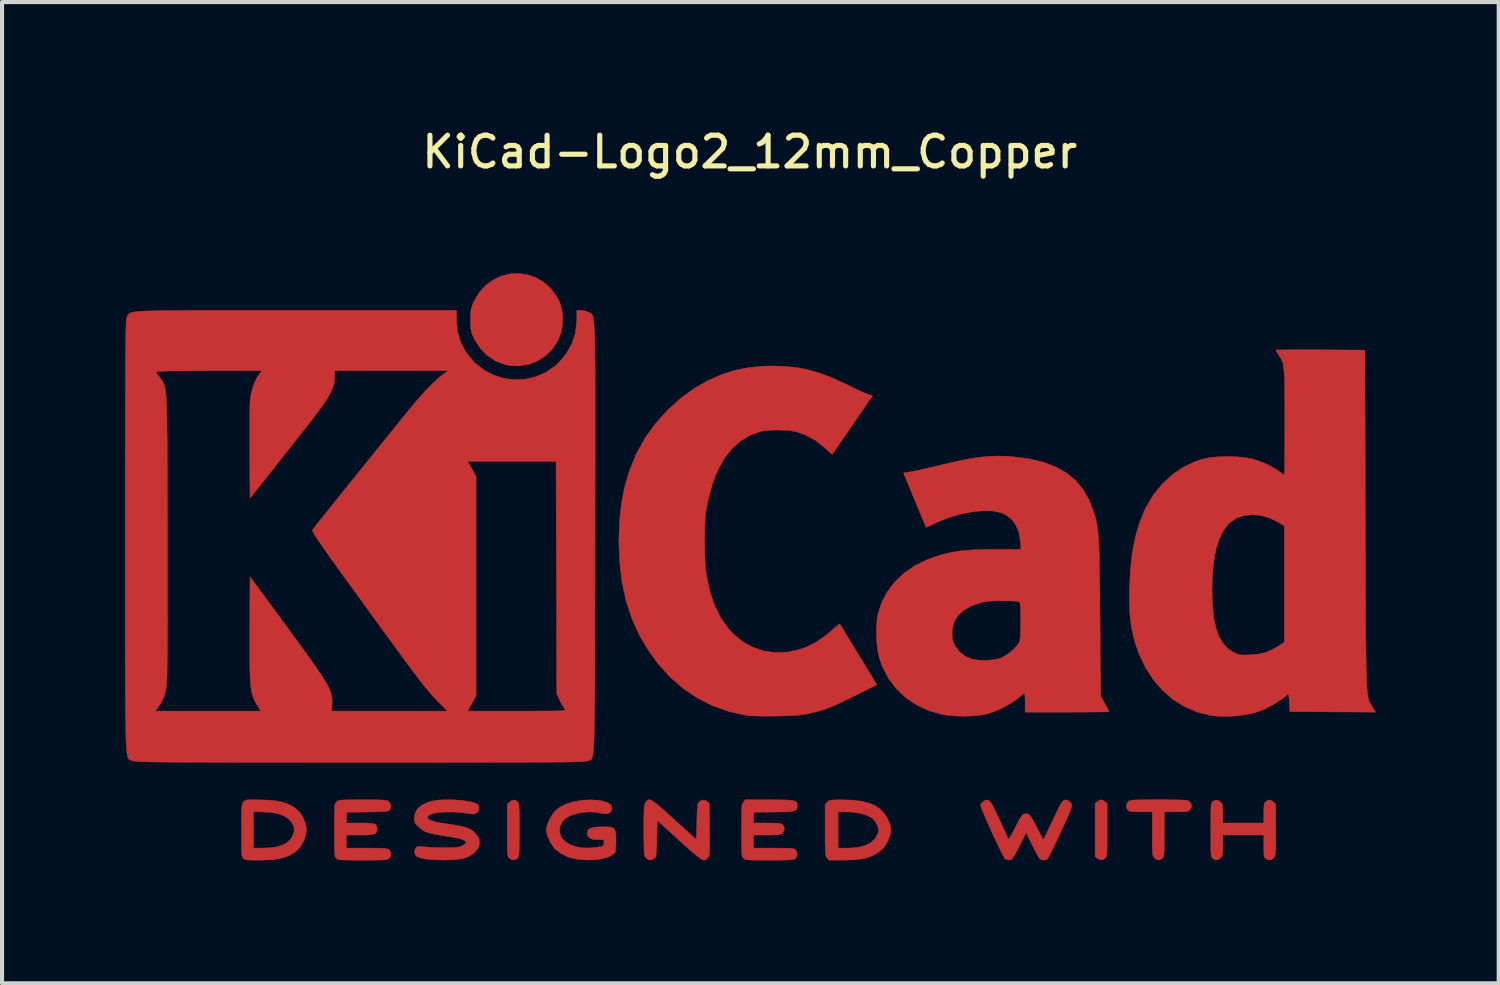
<source format=kicad_pcb>
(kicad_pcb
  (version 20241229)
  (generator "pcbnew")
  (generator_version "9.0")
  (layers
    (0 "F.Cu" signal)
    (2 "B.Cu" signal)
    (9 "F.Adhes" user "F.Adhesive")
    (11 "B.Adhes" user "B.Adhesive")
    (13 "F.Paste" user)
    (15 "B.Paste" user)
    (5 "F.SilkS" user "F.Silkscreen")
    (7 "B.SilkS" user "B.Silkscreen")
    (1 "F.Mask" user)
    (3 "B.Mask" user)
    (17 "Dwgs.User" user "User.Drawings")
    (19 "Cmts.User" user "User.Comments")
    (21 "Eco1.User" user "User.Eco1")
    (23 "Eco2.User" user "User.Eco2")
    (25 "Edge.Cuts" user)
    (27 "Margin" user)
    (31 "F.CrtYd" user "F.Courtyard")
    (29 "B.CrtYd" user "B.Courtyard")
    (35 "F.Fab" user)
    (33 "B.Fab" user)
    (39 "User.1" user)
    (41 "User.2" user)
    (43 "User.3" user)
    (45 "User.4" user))
  (footprint "KiCad-Logo2_12mm_Copper"
    (layer "F.Cu")
    (at 15.245 9.548)
    (property "Reference" "KiCad-Logo2_12mm_Copper" (at 0 -8.89 0) (layer "F.SilkS") (effects (font (size 0.75 0.75) (thickness 0.125))))
    (attr exclude_from_pos_files exclude_from_bom allow_missing_courtyard)
    (fp_poly (pts (xy 8.62 6.931) (xy 8.667 6.96) (xy 8.721 7.004) (xy 8.721 7.65) (xy 8.721 7.839) (xy 8.72 7.988) (xy 8.718 8.102) (xy 8.715 8.186) (xy 8.711 8.246) (xy 8.705 8.288) (xy 8.696 8.315) (xy 8.685 8.334) (xy 8.678 8.343) (xy 8.614 8.385) (xy 8.543 8.383) (xy 8.48 8.348) (xy 8.426 8.305) (xy 8.426 7.004) (xy 8.48 6.96) (xy 8.531 6.929) (xy 8.573 6.917) (xy 8.62 6.931)) (stroke (width 0.01) (type solid)) (fill yes) (layer "F.Cu"))
    (fp_poly (pts (xy -5.669 6.962) (xy -5.656 6.978) (xy -5.645 6.997) (xy -5.637 7.027) (xy -5.632 7.071) (xy -5.628 7.135) (xy -5.625 7.225) (xy -5.624 7.346) (xy -5.623 7.502) (xy -5.623 7.654) (xy -5.624 7.843) (xy -5.624 7.991) (xy -5.626 8.105) (xy -5.628 8.189) (xy -5.633 8.248) (xy -5.639 8.289) (xy -5.647 8.316) (xy -5.658 8.334) (xy -5.669 8.346) (xy -5.735 8.385) (xy -5.806 8.382) (xy -5.869 8.339) (xy -5.883 8.322) (xy -5.895 8.302) (xy -5.903 8.275) (xy -5.91 8.234) (xy -5.914 8.174) (xy -5.916 8.089) (xy -5.918 7.975) (xy -5.918 7.826) (xy -5.918 7.657) (xy -5.918 7.028) (xy -5.863 6.973) (xy -5.794 6.926) (xy -5.727 6.924) (xy -5.669 6.962)) (stroke (width 0.01) (type solid)) (fill yes) (layer "F.Cu"))
    (fp_poly (pts (xy -5.423 -5.895) (xy -5.218 -5.824) (xy -5.027 -5.712) (xy -4.856 -5.559) (xy -4.712 -5.366) (xy -4.648 -5.244) (xy -4.592 -5.073) (xy -4.565 -4.876) (xy -4.568 -4.674) (xy -4.601 -4.49) (xy -4.692 -4.266) (xy -4.824 -4.072) (xy -4.991 -3.911) (xy -5.185 -3.787) (xy -5.399 -3.705) (xy -5.628 -3.667) (xy -5.865 -3.679) (xy -5.981 -3.704) (xy -6.208 -3.792) (xy -6.41 -3.927) (xy -6.582 -4.104) (xy -6.718 -4.319) (xy -6.729 -4.343) (xy -6.769 -4.431) (xy -6.794 -4.505) (xy -6.808 -4.583) (xy -6.813 -4.684) (xy -6.814 -4.793) (xy -6.813 -4.925) (xy -6.806 -5.019) (xy -6.79 -5.096) (xy -6.762 -5.173) (xy -6.728 -5.249) (xy -6.599 -5.464) (xy -6.441 -5.638) (xy -6.259 -5.771) (xy -6.06 -5.863) (xy -5.85 -5.915) (xy -5.636 -5.925) (xy -5.423 -5.895)) (stroke (width 0.01) (type solid)) (fill yes) (layer "F.Cu"))
    (fp_poly (pts (xy 10.175 6.917) (xy 10.334 6.918) (xy 10.456 6.92) (xy 10.549 6.922) (xy 10.616 6.926) (xy 10.662 6.932) (xy 10.693 6.94) (xy 10.713 6.949) (xy 10.723 6.957) (xy 10.775 7.022) (xy 10.781 7.09) (xy 10.749 7.152) (xy 10.728 7.176) (xy 10.706 7.193) (xy 10.674 7.204) (xy 10.623 7.209) (xy 10.545 7.211) (xy 10.431 7.212) (xy 10.409 7.212) (xy 10.116 7.212) (xy 10.116 7.756) (xy 10.115 7.928) (xy 10.114 8.06) (xy 10.112 8.158) (xy 10.109 8.228) (xy 10.103 8.277) (xy 10.095 8.308) (xy 10.084 8.33) (xy 10.07 8.346) (xy 10.004 8.386) (xy 9.935 8.383) (xy 9.872 8.337) (xy 9.868 8.331) (xy 9.853 8.31) (xy 9.841 8.285) (xy 9.833 8.251) (xy 9.827 8.2) (xy 9.824 8.128) (xy 9.822 8.028) (xy 9.821 7.894) (xy 9.821 7.742) (xy 9.821 7.212) (xy 9.541 7.212) (xy 9.421 7.211) (xy 9.337 7.208) (xy 9.283 7.201) (xy 9.249 7.19) (xy 9.226 7.173) (xy 9.223 7.17) (xy 9.19 7.104) (xy 9.193 7.028) (xy 9.231 6.962) (xy 9.246 6.95) (xy 9.265 6.94) (xy 9.293 6.932) (xy 9.335 6.926) (xy 9.397 6.922) (xy 9.483 6.919) (xy 9.598 6.918) (xy 9.748 6.917) (xy 9.937 6.917) (xy 9.977 6.917) (xy 10.175 6.917)) (stroke (width 0.01) (type solid)) (fill yes) (layer "F.Cu"))
    (fp_poly (pts (xy 12.718 6.928) (xy 12.781 6.973) (xy 12.837 7.028) (xy 12.837 7.65) (xy 12.837 7.835) (xy 12.836 7.979) (xy 12.835 8.09) (xy 12.832 8.171) (xy 12.827 8.229) (xy 12.82 8.27) (xy 12.811 8.298) (xy 12.799 8.319) (xy 12.79 8.331) (xy 12.728 8.381) (xy 12.657 8.386) (xy 12.593 8.356) (xy 12.571 8.338) (xy 12.557 8.314) (xy 12.548 8.276) (xy 12.544 8.215) (xy 12.542 8.122) (xy 12.542 8.05) (xy 12.542 7.779) (xy 11.544 7.779) (xy 11.544 8.025) (xy 11.543 8.138) (xy 11.539 8.215) (xy 11.53 8.268) (xy 11.515 8.305) (xy 11.497 8.331) (xy 11.435 8.381) (xy 11.365 8.387) (xy 11.298 8.352) (xy 11.279 8.333) (xy 11.266 8.309) (xy 11.258 8.271) (xy 11.253 8.212) (xy 11.25 8.124) (xy 11.249 8) (xy 11.249 7.972) (xy 11.248 7.738) (xy 11.247 7.545) (xy 11.248 7.389) (xy 11.249 7.266) (xy 11.251 7.171) (xy 11.254 7.101) (xy 11.259 7.05) (xy 11.265 7.015) (xy 11.273 6.991) (xy 11.284 6.975) (xy 11.295 6.962) (xy 11.359 6.923) (xy 11.426 6.928) (xy 11.489 6.973) (xy 11.514 7.002) (xy 11.53 7.033) (xy 11.539 7.079) (xy 11.543 7.148) (xy 11.544 7.252) (xy 11.544 7.256) (xy 11.544 7.484) (xy 12.542 7.484) (xy 12.542 7.246) (xy 12.543 7.136) (xy 12.547 7.062) (xy 12.556 7.014) (xy 12.571 6.982) (xy 12.588 6.962) (xy 12.652 6.923) (xy 12.718 6.928)) (stroke (width 0.01) (type solid)) (fill yes) (layer "F.Cu"))
    (fp_poly (pts (xy 2.251 6.918) (xy 2.51 6.926) (xy 2.73 6.953) (xy 2.916 6.999) (xy 3.069 7.066) (xy 3.195 7.155) (xy 3.297 7.269) (xy 3.378 7.408) (xy 3.38 7.412) (xy 3.429 7.537) (xy 3.446 7.647) (xy 3.432 7.758) (xy 3.386 7.885) (xy 3.378 7.905) (xy 3.319 8.018) (xy 3.253 8.105) (xy 3.168 8.179) (xy 3.052 8.253) (xy 3.045 8.257) (xy 2.944 8.306) (xy 2.83 8.342) (xy 2.695 8.367) (xy 2.532 8.383) (xy 2.335 8.389) (xy 2.265 8.39) (xy 1.932 8.391) (xy 1.885 8.331) (xy 1.871 8.312) (xy 1.86 8.289) (xy 1.852 8.257) (xy 1.846 8.211) (xy 1.842 8.145) (xy 1.841 8.096) (xy 2.155 8.096) (xy 2.344 8.096) (xy 2.454 8.093) (xy 2.568 8.085) (xy 2.661 8.073) (xy 2.666 8.072) (xy 2.831 8.027) (xy 2.959 7.961) (xy 3.055 7.869) (xy 3.121 7.749) (xy 3.132 7.717) (xy 3.144 7.667) (xy 3.139 7.618) (xy 3.115 7.553) (xy 3.101 7.521) (xy 3.054 7.435) (xy 2.997 7.375) (xy 2.935 7.334) (xy 2.811 7.28) (xy 2.651 7.24) (xy 2.466 7.218) (xy 2.331 7.213) (xy 2.155 7.212) (xy 2.155 8.096) (xy 1.841 8.096) (xy 1.84 8.054) (xy 1.838 7.932) (xy 1.838 7.774) (xy 1.838 7.65) (xy 1.838 7.028) (xy 1.894 6.973) (xy 1.918 6.95) (xy 1.945 6.935) (xy 1.982 6.925) (xy 2.039 6.92) (xy 2.123 6.918) (xy 2.244 6.918) (xy 2.251 6.918)) (stroke (width 0.01) (type solid)) (fill yes) (layer "F.Cu"))
    (fp_poly (pts (xy -12.092 6.917) (xy -12.013 6.918) (xy -11.781 6.924) (xy -11.586 6.94) (xy -11.422 6.97) (xy -11.283 7.014) (xy -11.162 7.074) (xy -11.052 7.153) (xy -11.013 7.187) (xy -10.948 7.267) (xy -10.889 7.376) (xy -10.844 7.496) (xy -10.819 7.612) (xy -10.817 7.654) (xy -10.833 7.772) (xy -10.876 7.901) (xy -10.939 8.024) (xy -11.013 8.121) (xy -11.025 8.133) (xy -11.126 8.215) (xy -11.238 8.28) (xy -11.366 8.328) (xy -11.516 8.361) (xy -11.695 8.382) (xy -11.91 8.39) (xy -12.008 8.391) (xy -12.133 8.391) (xy -12.221 8.388) (xy -12.28 8.383) (xy -12.319 8.373) (xy -12.345 8.358) (xy -12.359 8.346) (xy -12.372 8.331) (xy -12.383 8.311) (xy -12.39 8.282) (xy -12.396 8.238) (xy -12.4 8.173) (xy -12.402 8.083) (xy -12.404 7.963) (xy -12.404 7.806) (xy -12.404 7.654) (xy -12.405 7.451) (xy -12.405 7.289) (xy -12.403 7.212) (xy -12.109 7.212) (xy -12.109 8.096) (xy -11.922 8.096) (xy -11.81 8.093) (xy -11.692 8.085) (xy -11.593 8.073) (xy -11.59 8.073) (xy -11.431 8.034) (xy -11.308 7.974) (xy -11.214 7.889) (xy -11.155 7.797) (xy -11.118 7.694) (xy -11.121 7.598) (xy -11.163 7.495) (xy -11.247 7.389) (xy -11.362 7.31) (xy -11.513 7.257) (xy -11.613 7.238) (xy -11.727 7.225) (xy -11.848 7.216) (xy -11.95 7.212) (xy -11.956 7.212) (xy -12.109 7.212) (xy -12.403 7.212) (xy -12.402 7.164) (xy -12.393 7.07) (xy -12.377 7.003) (xy -12.35 6.959) (xy -12.311 6.933) (xy -12.256 6.92) (xy -12.184 6.916) (xy -12.092 6.917)) (stroke (width 0.01) (type solid)) (fill yes) (layer "F.Cu"))
    (fp_poly (pts (xy -2.407 6.926) (xy -2.359 6.954) (xy -2.298 6.999) (xy -2.218 7.064) (xy -2.117 7.151) (xy -1.992 7.263) (xy -1.84 7.4) (xy -1.666 7.558) (xy -1.303 7.887) (xy -1.292 7.445) (xy -1.288 7.293) (xy -1.284 7.18) (xy -1.279 7.099) (xy -1.273 7.044) (xy -1.264 7.008) (xy -1.252 6.985) (xy -1.236 6.968) (xy -1.227 6.96) (xy -1.158 6.922) (xy -1.092 6.928) (xy -1.039 6.96) (xy -0.986 7.004) (xy -0.979 7.636) (xy -0.977 7.823) (xy -0.976 7.969) (xy -0.976 8.08) (xy -0.978 8.163) (xy -0.982 8.222) (xy -0.988 8.263) (xy -0.996 8.292) (xy -1.008 8.313) (xy -1.02 8.33) (xy -1.047 8.362) (xy -1.074 8.383) (xy -1.105 8.391) (xy -1.143 8.384) (xy -1.192 8.359) (xy -1.256 8.315) (xy -1.339 8.249) (xy -1.443 8.158) (xy -1.574 8.042) (xy -1.723 7.908) (xy -2.256 7.424) (xy -2.267 7.864) (xy -2.271 8.016) (xy -2.275 8.129) (xy -2.28 8.21) (xy -2.286 8.265) (xy -2.295 8.301) (xy -2.307 8.324) (xy -2.323 8.341) (xy -2.332 8.348) (xy -2.406 8.386) (xy -2.476 8.38) (xy -2.537 8.331) (xy -2.551 8.312) (xy -2.562 8.289) (xy -2.571 8.257) (xy -2.576 8.211) (xy -2.58 8.145) (xy -2.583 8.053) (xy -2.584 7.931) (xy -2.584 7.772) (xy -2.584 7.654) (xy -2.584 7.47) (xy -2.584 7.326) (xy -2.582 7.216) (xy -2.579 7.135) (xy -2.574 7.078) (xy -2.568 7.038) (xy -2.558 7.01) (xy -2.546 6.989) (xy -2.537 6.977) (xy -2.515 6.949) (xy -2.494 6.927) (xy -2.471 6.915) (xy -2.443 6.914) (xy -2.407 6.926)) (stroke (width 0.01) (type solid)) (fill yes) (layer "F.Cu"))
    (fp_poly (pts (xy -3.713 6.928) (xy -3.575 6.951) (xy -3.469 6.987) (xy -3.4 7.035) (xy -3.382 7.061) (xy -3.363 7.124) (xy -3.375 7.181) (xy -3.416 7.235) (xy -3.479 7.26) (xy -3.57 7.258) (xy -3.641 7.244) (xy -3.798 7.218) (xy -3.958 7.216) (xy -4.137 7.237) (xy -4.187 7.246) (xy -4.354 7.293) (xy -4.484 7.363) (xy -4.577 7.455) (xy -4.631 7.567) (xy -4.642 7.625) (xy -4.635 7.743) (xy -4.588 7.847) (xy -4.506 7.935) (xy -4.392 8.006) (xy -4.252 8.058) (xy -4.09 8.087) (xy -3.909 8.093) (xy -3.714 8.073) (xy -3.703 8.071) (xy -3.626 8.057) (xy -3.583 8.043) (xy -3.564 8.022) (xy -3.56 7.988) (xy -3.56 7.969) (xy -3.56 7.892) (xy -3.697 7.892) (xy -3.819 7.884) (xy -3.902 7.857) (xy -3.95 7.81) (xy -3.967 7.741) (xy -3.967 7.731) (xy -3.957 7.672) (xy -3.922 7.629) (xy -3.857 7.601) (xy -3.756 7.584) (xy -3.658 7.578) (xy -3.516 7.575) (xy -3.413 7.58) (xy -3.343 7.6) (xy -3.299 7.639) (xy -3.276 7.703) (xy -3.267 7.799) (xy -3.265 7.924) (xy -3.268 8.063) (xy -3.276 8.158) (xy -3.29 8.209) (xy -3.293 8.213) (xy -3.371 8.276) (xy -3.486 8.326) (xy -3.63 8.362) (xy -3.795 8.383) (xy -3.976 8.387) (xy -4.164 8.374) (xy -4.274 8.357) (xy -4.447 8.308) (xy -4.608 8.228) (xy -4.743 8.124) (xy -4.763 8.103) (xy -4.83 8.016) (xy -4.89 7.908) (xy -4.937 7.794) (xy -4.963 7.691) (xy -4.966 7.651) (xy -4.952 7.569) (xy -4.917 7.466) (xy -4.866 7.358) (xy -4.807 7.259) (xy -4.754 7.193) (xy -4.632 7.095) (xy -4.474 7.017) (xy -4.285 6.96) (xy -4.072 6.927) (xy -3.877 6.919) (xy -3.713 6.928)) (stroke (width 0.01) (type solid)) (fill yes) (layer "F.Cu"))
    (fp_poly (pts (xy 0.668 6.918) (xy 0.821 6.919) (xy 0.939 6.924) (xy 1.025 6.931) (xy 1.085 6.944) (xy 1.124 6.961) (xy 1.146 6.986) (xy 1.155 7.017) (xy 1.158 7.058) (xy 1.158 7.062) (xy 1.156 7.108) (xy 1.146 7.143) (xy 1.124 7.169) (xy 1.084 7.188) (xy 1.02 7.201) (xy 0.929 7.209) (xy 0.804 7.214) (xy 0.64 7.216) (xy 0.589 7.217) (xy 0.103 7.223) (xy 0.096 7.354) (xy 0.089 7.484) (xy 0.427 7.484) (xy 0.559 7.485) (xy 0.653 7.487) (xy 0.717 7.491) (xy 0.759 7.499) (xy 0.786 7.511) (xy 0.805 7.529) (xy 0.805 7.529) (xy 0.841 7.596) (xy 0.839 7.669) (xy 0.802 7.731) (xy 0.795 7.738) (xy 0.769 7.754) (xy 0.733 7.766) (xy 0.68 7.773) (xy 0.602 7.777) (xy 0.49 7.779) (xy 0.418 7.779) (xy 0.092 7.779) (xy 0.092 8.096) (xy 0.587 8.096) (xy 0.751 8.097) (xy 0.875 8.098) (xy 0.966 8.1) (xy 1.029 8.105) (xy 1.071 8.111) (xy 1.098 8.121) (xy 1.116 8.133) (xy 1.12 8.138) (xy 1.152 8.201) (xy 1.155 8.273) (xy 1.128 8.336) (xy 1.107 8.356) (xy 1.085 8.367) (xy 1.051 8.376) (xy 1 8.382) (xy 0.926 8.386) (xy 0.823 8.389) (xy 0.687 8.391) (xy 0.513 8.391) (xy 0.473 8.391) (xy 0.295 8.391) (xy 0.157 8.39) (xy 0.053 8.389) (xy -0.022 8.386) (xy -0.074 8.381) (xy -0.109 8.374) (xy -0.131 8.364) (xy -0.148 8.351) (xy -0.157 8.342) (xy -0.171 8.325) (xy -0.181 8.304) (xy -0.189 8.275) (xy -0.195 8.23) (xy -0.199 8.165) (xy -0.201 8.075) (xy -0.203 7.954) (xy -0.203 7.797) (xy -0.203 7.664) (xy -0.203 7.479) (xy -0.202 7.333) (xy -0.201 7.222) (xy -0.198 7.14) (xy -0.193 7.081) (xy -0.187 7.04) (xy -0.178 7.012) (xy -0.166 6.99) (xy -0.156 6.977) (xy -0.109 6.917) (xy 0.474 6.917) (xy 0.668 6.918)) (stroke (width 0.01) (type solid)) (fill yes) (layer "F.Cu"))
    (fp_poly (pts (xy -9.263 6.917) (xy -9.123 6.918) (xy -9.018 6.92) (xy -8.941 6.923) (xy -8.888 6.928) (xy -8.852 6.935) (xy -8.827 6.945) (xy -8.809 6.957) (xy -8.803 6.963) (xy -8.763 7.026) (xy -8.756 7.097) (xy -8.782 7.161) (xy -8.794 7.174) (xy -8.814 7.186) (xy -8.845 7.196) (xy -8.894 7.203) (xy -8.967 7.209) (xy -9.069 7.212) (xy -9.207 7.215) (xy -9.333 7.217) (xy -9.83 7.223) (xy -9.837 7.354) (xy -9.844 7.484) (xy -9.506 7.484) (xy -9.359 7.485) (xy -9.252 7.491) (xy -9.178 7.502) (xy -9.131 7.522) (xy -9.105 7.553) (xy -9.095 7.597) (xy -9.093 7.638) (xy -9.098 7.688) (xy -9.117 7.724) (xy -9.155 7.75) (xy -9.219 7.766) (xy -9.314 7.775) (xy -9.446 7.779) (xy -9.518 7.779) (xy -9.842 7.779) (xy -9.842 8.096) (xy -9.343 8.096) (xy -9.179 8.097) (xy -9.055 8.098) (xy -8.964 8.1) (xy -8.9 8.104) (xy -8.856 8.111) (xy -8.828 8.12) (xy -8.808 8.133) (xy -8.798 8.142) (xy -8.764 8.196) (xy -8.753 8.244) (xy -8.769 8.302) (xy -8.798 8.346) (xy -8.814 8.36) (xy -8.835 8.37) (xy -8.865 8.378) (xy -8.911 8.384) (xy -8.978 8.387) (xy -9.072 8.39) (xy -9.197 8.391) (xy -9.36 8.391) (xy -9.445 8.391) (xy -9.626 8.391) (xy -9.767 8.39) (xy -9.874 8.389) (xy -9.952 8.386) (xy -10.007 8.381) (xy -10.043 8.374) (xy -10.067 8.365) (xy -10.084 8.352) (xy -10.091 8.346) (xy -10.104 8.331) (xy -10.115 8.311) (xy -10.123 8.282) (xy -10.128 8.237) (xy -10.132 8.173) (xy -10.135 8.082) (xy -10.136 7.961) (xy -10.136 7.804) (xy -10.136 7.658) (xy -10.136 7.471) (xy -10.136 7.324) (xy -10.135 7.211) (xy -10.132 7.128) (xy -10.128 7.069) (xy -10.122 7.029) (xy -10.113 7.003) (xy -10.102 6.985) (xy -10.088 6.97) (xy -10.084 6.966) (xy -10.067 6.951) (xy -10.046 6.94) (xy -10.018 6.931) (xy -9.975 6.925) (xy -9.913 6.921) (xy -9.825 6.919) (xy -9.707 6.918) (xy -9.552 6.917) (xy -9.442 6.917) (xy -9.263 6.917)) (stroke (width 0.01) (type solid)) (fill yes) (layer "F.Cu"))
    (fp_poly (pts (xy 7.728 6.921) (xy 7.767 6.935) (xy 7.769 6.936) (xy 7.822 6.977) (xy 7.852 7.019) (xy 7.857 7.038) (xy 7.857 7.064) (xy 7.849 7.102) (xy 7.831 7.155) (xy 7.802 7.228) (xy 7.76 7.326) (xy 7.703 7.454) (xy 7.629 7.616) (xy 7.588 7.705) (xy 7.515 7.863) (xy 7.446 8.009) (xy 7.384 8.136) (xy 7.332 8.24) (xy 7.292 8.316) (xy 7.268 8.357) (xy 7.263 8.363) (xy 7.2 8.388) (xy 7.13 8.385) (xy 7.074 8.354) (xy 7.071 8.352) (xy 7.049 8.318) (xy 7.011 8.251) (xy 6.963 8.161) (xy 6.909 8.056) (xy 6.889 8.017) (xy 6.742 7.723) (xy 6.582 8.043) (xy 6.525 8.153) (xy 6.472 8.249) (xy 6.427 8.323) (xy 6.395 8.368) (xy 6.384 8.377) (xy 6.301 8.39) (xy 6.232 8.363) (xy 6.211 8.334) (xy 6.176 8.27) (xy 6.129 8.178) (xy 6.073 8.063) (xy 6.01 7.931) (xy 5.944 7.79) (xy 5.878 7.645) (xy 5.814 7.502) (xy 5.755 7.369) (xy 5.704 7.25) (xy 5.665 7.153) (xy 5.639 7.084) (xy 5.63 7.048) (xy 5.63 7.047) (xy 5.652 7.002) (xy 5.696 6.957) (xy 5.699 6.955) (xy 5.753 6.924) (xy 5.804 6.924) (xy 5.823 6.93) (xy 5.846 6.943) (xy 5.87 6.967) (xy 5.899 7.009) (xy 5.935 7.074) (xy 5.982 7.165) (xy 6.041 7.29) (xy 6.095 7.405) (xy 6.156 7.538) (xy 6.212 7.658) (xy 6.258 7.758) (xy 6.292 7.832) (xy 6.311 7.874) (xy 6.313 7.881) (xy 6.326 7.87) (xy 6.354 7.825) (xy 6.395 7.753) (xy 6.444 7.659) (xy 6.463 7.62) (xy 6.53 7.49) (xy 6.581 7.394) (xy 6.621 7.329) (xy 6.654 7.289) (xy 6.685 7.267) (xy 6.717 7.258) (xy 6.738 7.257) (xy 6.776 7.261) (xy 6.808 7.274) (xy 6.841 7.304) (xy 6.877 7.355) (xy 6.922 7.433) (xy 6.981 7.545) (xy 7.013 7.608) (xy 7.065 7.709) (xy 7.11 7.792) (xy 7.145 7.852) (xy 7.165 7.88) (xy 7.168 7.881) (xy 7.181 7.859) (xy 7.21 7.801) (xy 7.252 7.715) (xy 7.304 7.605) (xy 7.364 7.478) (xy 7.393 7.415) (xy 7.47 7.253) (xy 7.531 7.127) (xy 7.581 7.036) (xy 7.623 6.973) (xy 7.659 6.936) (xy 7.693 6.92) (xy 7.728 6.921)) (stroke (width 0.01) (type solid)) (fill yes) (layer "F.Cu"))
    (fp_poly (pts (xy -7.211 6.92) (xy -7.061 6.93) (xy -6.921 6.947) (xy -6.8 6.968) (xy -6.706 6.995) (xy -6.646 7.025) (xy -6.637 7.034) (xy -6.605 7.104) (xy -6.615 7.175) (xy -6.664 7.236) (xy -6.667 7.238) (xy -6.696 7.256) (xy -6.726 7.266) (xy -6.768 7.267) (xy -6.833 7.26) (xy -6.931 7.245) (xy -6.939 7.243) (xy -7.085 7.225) (xy -7.243 7.217) (xy -7.401 7.217) (xy -7.548 7.225) (xy -7.674 7.241) (xy -7.767 7.266) (xy -7.773 7.268) (xy -7.841 7.306) (xy -7.865 7.344) (xy -7.846 7.382) (xy -7.787 7.418) (xy -7.688 7.451) (xy -7.551 7.48) (xy -7.46 7.494) (xy -7.271 7.521) (xy -7.121 7.546) (xy -7.002 7.571) (xy -6.91 7.597) (xy -6.837 7.628) (xy -6.778 7.665) (xy -6.725 7.71) (xy -6.682 7.755) (xy -6.631 7.817) (xy -6.607 7.87) (xy -6.599 7.936) (xy -6.599 7.96) (xy -6.604 8.039) (xy -6.628 8.099) (xy -6.668 8.151) (xy -6.75 8.232) (xy -6.842 8.293) (xy -6.95 8.338) (xy -7.081 8.367) (xy -7.242 8.383) (xy -7.439 8.388) (xy -7.472 8.388) (xy -7.603 8.385) (xy -7.734 8.379) (xy -7.849 8.37) (xy -7.935 8.36) (xy -7.942 8.358) (xy -8.027 8.338) (xy -8.099 8.313) (xy -8.14 8.289) (xy -8.178 8.228) (xy -8.181 8.156) (xy -8.148 8.092) (xy -8.141 8.085) (xy -8.111 8.064) (xy -8.073 8.055) (xy -8.014 8.056) (xy -7.942 8.064) (xy -7.863 8.072) (xy -7.751 8.078) (xy -7.621 8.082) (xy -7.485 8.084) (xy -7.449 8.085) (xy -7.313 8.084) (xy -7.213 8.081) (xy -7.141 8.076) (xy -7.088 8.066) (xy -7.045 8.052) (xy -7.019 8.04) (xy -6.963 8.006) (xy -6.927 7.976) (xy -6.922 7.967) (xy -6.933 7.932) (xy -6.985 7.898) (xy -7.076 7.866) (xy -7.202 7.839) (xy -7.238 7.833) (xy -7.431 7.802) (xy -7.585 7.777) (xy -7.706 7.755) (xy -7.799 7.734) (xy -7.872 7.713) (xy -7.93 7.689) (xy -7.978 7.661) (xy -8.023 7.627) (xy -8.071 7.585) (xy -8.087 7.57) (xy -8.143 7.515) (xy -8.173 7.472) (xy -8.184 7.422) (xy -8.186 7.359) (xy -8.165 7.236) (xy -8.103 7.131) (xy -8.001 7.045) (xy -7.857 6.979) (xy -7.755 6.949) (xy -7.644 6.93) (xy -7.511 6.919) (xy -7.364 6.916) (xy -7.211 6.92)) (stroke (width 0.01) (type solid)) (fill yes) (layer "F.Cu"))
    (fp_poly (pts (xy 0.875 -3.659) (xy 1.17 -3.627) (xy 1.455 -3.569) (xy 1.743 -3.483) (xy 2.045 -3.365) (xy 2.372 -3.213) (xy 2.431 -3.184) (xy 2.566 -3.117) (xy 2.694 -3.057) (xy 2.801 -3.009) (xy 2.876 -2.98) (xy 2.887 -2.976) (xy 2.997 -2.943) (xy 2.506 -2.23) (xy 2.386 -2.055) (xy 2.277 -1.896) (xy 2.181 -1.757) (xy 2.103 -1.644) (xy 2.047 -1.562) (xy 2.015 -1.517) (xy 2.01 -1.51) (xy 1.99 -1.525) (xy 1.939 -1.57) (xy 1.867 -1.636) (xy 1.827 -1.674) (xy 1.603 -1.852) (xy 1.351 -1.988) (xy 1.133 -2.062) (xy 1.003 -2.086) (xy 0.84 -2.1) (xy 0.663 -2.105) (xy 0.491 -2.1) (xy 0.345 -2.085) (xy 0.286 -2.074) (xy 0.022 -1.983) (xy -0.216 -1.845) (xy -0.427 -1.659) (xy -0.612 -1.425) (xy -0.771 -1.144) (xy -0.902 -0.817) (xy -1.007 -0.443) (xy -1.069 -0.123) (xy -1.085 0.018) (xy -1.096 0.201) (xy -1.102 0.412) (xy -1.103 0.637) (xy -1.1 0.865) (xy -1.091 1.081) (xy -1.078 1.273) (xy -1.06 1.428) (xy -1.056 1.452) (xy -0.972 1.836) (xy -0.857 2.176) (xy -0.71 2.473) (xy -0.531 2.729) (xy -0.404 2.868) (xy -0.176 3.056) (xy 0.073 3.195) (xy 0.341 3.285) (xy 0.623 3.325) (xy 0.913 3.314) (xy 1.209 3.251) (xy 1.384 3.19) (xy 1.626 3.066) (xy 1.876 2.89) (xy 2.016 2.77) (xy 2.094 2.701) (xy 2.156 2.651) (xy 2.191 2.626) (xy 2.195 2.625) (xy 2.211 2.65) (xy 2.252 2.716) (xy 2.314 2.818) (xy 2.394 2.949) (xy 2.488 3.104) (xy 2.594 3.277) (xy 2.653 3.374) (xy 3.103 4.112) (xy 2.541 4.39) (xy 2.338 4.489) (xy 2.174 4.568) (xy 2.038 4.629) (xy 1.921 4.677) (xy 1.812 4.716) (xy 1.701 4.749) (xy 1.579 4.781) (xy 1.461 4.809) (xy 1.357 4.831) (xy 1.248 4.847) (xy 1.123 4.859) (xy 0.972 4.867) (xy 0.783 4.873) (xy 0.655 4.876) (xy 0.474 4.877) (xy 0.3 4.877) (xy 0.144 4.873) (xy 0.02 4.868) (xy -0.063 4.861) (xy -0.068 4.86) (xy -0.497 4.767) (xy -0.9 4.626) (xy -1.276 4.438) (xy -1.626 4.201) (xy -1.95 3.917) (xy -2.247 3.586) (xy -2.462 3.291) (xy -2.691 2.905) (xy -2.876 2.498) (xy -3.018 2.066) (xy -3.118 1.605) (xy -3.176 1.113) (xy -3.195 0.614) (xy -3.18 0.131) (xy -3.132 -0.315) (xy -3.05 -0.731) (xy -2.932 -1.125) (xy -2.777 -1.503) (xy -2.759 -1.543) (xy -2.555 -1.91) (xy -2.305 -2.259) (xy -2.015 -2.583) (xy -1.693 -2.875) (xy -1.346 -3.127) (xy -1.022 -3.312) (xy -0.695 -3.457) (xy -0.368 -3.562) (xy -0.027 -3.63) (xy 0.34 -3.664) (xy 0.56 -3.669) (xy 0.875 -3.659)) (stroke (width 0.01) (type solid)) (fill yes) (layer "F.Cu"))
    (fp_poly (pts (xy 13.611 -4.064) (xy 13.843 -4.063) (xy 13.922 -4.063) (xy 15.008 -4.056) (xy 15.022 0.109) (xy 15.023 0.674) (xy 15.025 1.187) (xy 15.026 1.65) (xy 15.028 2.067) (xy 15.03 2.44) (xy 15.031 2.772) (xy 15.033 3.064) (xy 15.036 3.321) (xy 15.039 3.544) (xy 15.043 3.737) (xy 15.047 3.901) (xy 15.052 4.04) (xy 15.058 4.157) (xy 15.066 4.253) (xy 15.074 4.331) (xy 15.083 4.395) (xy 15.094 4.447) (xy 15.107 4.489) (xy 15.12 4.524) (xy 15.136 4.555) (xy 15.153 4.585) (xy 15.172 4.615) (xy 15.193 4.649) (xy 15.198 4.657) (xy 15.27 4.78) (xy 14.224 4.773) (xy 13.178 4.766) (xy 13.164 4.536) (xy 13.157 4.426) (xy 13.149 4.362) (xy 13.139 4.337) (xy 13.123 4.342) (xy 13.11 4.356) (xy 13.052 4.41) (xy 12.959 4.478) (xy 12.842 4.553) (xy 12.715 4.627) (xy 12.592 4.692) (xy 12.498 4.735) (xy 12.276 4.805) (xy 12.022 4.854) (xy 11.754 4.881) (xy 11.491 4.885) (xy 11.252 4.862) (xy 11.248 4.861) (xy 10.92 4.779) (xy 10.614 4.648) (xy 10.331 4.471) (xy 10.075 4.251) (xy 9.849 3.99) (xy 9.655 3.692) (xy 9.498 3.36) (xy 9.412 3.114) (xy 9.355 2.907) (xy 9.313 2.708) (xy 9.285 2.503) (xy 9.268 2.28) (xy 9.262 2.027) (xy 9.265 1.821) (xy 11.28 1.821) (xy 11.29 2.167) (xy 11.32 2.464) (xy 11.372 2.717) (xy 11.445 2.926) (xy 11.543 3.094) (xy 11.664 3.225) (xy 11.805 3.317) (xy 11.878 3.352) (xy 11.941 3.373) (xy 12.011 3.382) (xy 12.106 3.383) (xy 12.208 3.379) (xy 12.409 3.362) (xy 12.568 3.327) (xy 12.618 3.309) (xy 12.732 3.258) (xy 12.852 3.194) (xy 12.905 3.161) (xy 13.041 3.072) (xy 13.041 0.233) (xy 12.891 0.143) (xy 12.682 0.041) (xy 12.468 -0.019) (xy 12.257 -0.038) (xy 12.057 -0.016) (xy 11.877 0.046) (xy 11.723 0.149) (xy 11.673 0.198) (xy 11.553 0.359) (xy 11.456 0.554) (xy 11.381 0.787) (xy 11.328 1.06) (xy 11.294 1.377) (xy 11.281 1.742) (xy 11.28 1.821) (xy 9.265 1.821) (xy 9.266 1.735) (xy 9.289 1.285) (xy 9.335 0.88) (xy 9.406 0.512) (xy 9.503 0.177) (xy 9.626 -0.132) (xy 9.67 -0.223) (xy 9.848 -0.522) (xy 10.062 -0.787) (xy 10.308 -1.015) (xy 10.581 -1.201) (xy 10.877 -1.341) (xy 11.053 -1.398) (xy 11.227 -1.433) (xy 11.436 -1.453) (xy 11.663 -1.459) (xy 11.89 -1.452) (xy 12.1 -1.431) (xy 12.268 -1.398) (xy 12.469 -1.333) (xy 12.663 -1.249) (xy 12.833 -1.155) (xy 12.924 -1.091) (xy 12.986 -1.044) (xy 13.03 -1.015) (xy 13.04 -1.011) (xy 13.043 -1.037) (xy 13.046 -1.113) (xy 13.048 -1.232) (xy 13.051 -1.391) (xy 13.052 -1.582) (xy 13.054 -1.801) (xy 13.055 -2.043) (xy 13.055 -2.29) (xy 13.055 -2.606) (xy 13.054 -2.872) (xy 13.052 -3.093) (xy 13.049 -3.276) (xy 13.043 -3.424) (xy 13.036 -3.543) (xy 13.025 -3.638) (xy 13.011 -3.713) (xy 12.993 -3.775) (xy 12.97 -3.828) (xy 12.943 -3.878) (xy 12.911 -3.929) (xy 12.907 -3.935) (xy 12.865 -4.001) (xy 12.84 -4.046) (xy 12.837 -4.056) (xy 12.863 -4.059) (xy 12.938 -4.061) (xy 13.056 -4.063) (xy 13.212 -4.064) (xy 13.399 -4.065) (xy 13.611 -4.064)) (stroke (width 0.01) (type solid)) (fill yes) (layer "F.Cu"))
    (fp_poly (pts (xy 6.301 -1.464) (xy 6.436 -1.453) (xy 6.823 -1.402) (xy 7.166 -1.32) (xy 7.467 -1.206) (xy 7.726 -1.059) (xy 7.946 -0.878) (xy 8.128 -0.662) (xy 8.275 -0.41) (xy 8.382 -0.137) (xy 8.409 -0.049) (xy 8.433 0.032) (xy 8.453 0.113) (xy 8.47 0.196) (xy 8.485 0.288) (xy 8.498 0.391) (xy 8.508 0.511) (xy 8.516 0.651) (xy 8.523 0.817) (xy 8.529 1.012) (xy 8.533 1.242) (xy 8.537 1.509) (xy 8.541 1.82) (xy 8.544 2.178) (xy 8.546 2.458) (xy 8.562 4.384) (xy 8.665 4.569) (xy 8.713 4.658) (xy 8.749 4.727) (xy 8.766 4.764) (xy 8.767 4.767) (xy 8.741 4.77) (xy 8.666 4.772) (xy 8.548 4.775) (xy 8.394 4.777) (xy 8.209 4.778) (xy 7.999 4.779) (xy 7.77 4.78) (xy 7.743 4.78) (xy 6.719 4.78) (xy 6.719 4.547) (xy 6.717 4.443) (xy 6.712 4.362) (xy 6.706 4.319) (xy 6.703 4.315) (xy 6.676 4.332) (xy 6.62 4.376) (xy 6.547 4.437) (xy 6.546 4.439) (xy 6.413 4.537) (xy 6.246 4.636) (xy 6.063 4.726) (xy 5.883 4.796) (xy 5.804 4.82) (xy 5.646 4.851) (xy 5.452 4.871) (xy 5.241 4.879) (xy 5.029 4.875) (xy 4.834 4.86) (xy 4.698 4.838) (xy 4.363 4.74) (xy 4.063 4.6) (xy 3.797 4.42) (xy 3.569 4.202) (xy 3.38 3.947) (xy 3.232 3.658) (xy 3.168 3.482) (xy 3.128 3.312) (xy 3.101 3.107) (xy 3.089 2.886) (xy 3.089 2.854) (xy 4.937 2.854) (xy 4.952 3.018) (xy 5.003 3.154) (xy 5.097 3.28) (xy 5.133 3.317) (xy 5.262 3.417) (xy 5.411 3.481) (xy 5.589 3.512) (xy 5.777 3.515) (xy 5.955 3.5) (xy 6.091 3.47) (xy 6.15 3.448) (xy 6.257 3.387) (xy 6.37 3.303) (xy 6.473 3.207) (xy 6.55 3.116) (xy 6.571 3.082) (xy 6.586 3.035) (xy 6.598 2.96) (xy 6.605 2.851) (xy 6.609 2.699) (xy 6.609 2.554) (xy 6.609 2.386) (xy 6.607 2.264) (xy 6.602 2.181) (xy 6.595 2.128) (xy 6.583 2.099) (xy 6.567 2.084) (xy 6.562 2.082) (xy 6.518 2.074) (xy 6.431 2.069) (xy 6.312 2.064) (xy 6.175 2.063) (xy 6.145 2.063) (xy 5.961 2.066) (xy 5.819 2.074) (xy 5.707 2.09) (xy 5.613 2.113) (xy 5.382 2.201) (xy 5.201 2.308) (xy 5.068 2.437) (xy 4.982 2.59) (xy 4.941 2.768) (xy 4.937 2.854) (xy 3.089 2.854) (xy 3.092 2.67) (xy 3.11 2.476) (xy 3.125 2.397) (xy 3.217 2.106) (xy 3.357 1.838) (xy 3.542 1.596) (xy 3.77 1.382) (xy 4.037 1.199) (xy 4.343 1.05) (xy 4.602 0.96) (xy 4.775 0.912) (xy 4.941 0.875) (xy 5.11 0.848) (xy 5.293 0.828) (xy 5.501 0.816) (xy 5.744 0.809) (xy 5.964 0.807) (xy 6.616 0.806) (xy 6.603 0.61) (xy 6.568 0.397) (xy 6.492 0.215) (xy 6.38 0.066) (xy 6.234 -0.043) (xy 6.106 -0.096) (xy 5.922 -0.13) (xy 5.703 -0.135) (xy 5.46 -0.113) (xy 5.202 -0.065) (xy 4.939 0.006) (xy 4.683 0.098) (xy 4.497 0.183) (xy 4.407 0.226) (xy 4.339 0.257) (xy 4.304 0.268) (xy 4.302 0.268) (xy 4.29 0.242) (xy 4.26 0.171) (xy 4.215 0.064) (xy 4.158 -0.074) (xy 4.091 -0.235) (xy 4.023 -0.4) (xy 3.751 -1.059) (xy 3.944 -1.09) (xy 4.028 -1.106) (xy 4.154 -1.133) (xy 4.312 -1.168) (xy 4.49 -1.209) (xy 4.677 -1.254) (xy 4.752 -1.272) (xy 5.076 -1.347) (xy 5.359 -1.404) (xy 5.613 -1.442) (xy 5.847 -1.464) (xy 6.073 -1.471) (xy 6.301 -1.464)) (stroke (width 0.01) (type solid)) (fill yes) (layer "F.Cu"))
    (fp_poly (pts (xy -11.847 -5.025) (xy -11.321 -5.025) (xy -11.076 -5.025) (xy -7.156 -5.025) (xy -7.156 -4.794) (xy -7.131 -4.513) (xy -7.057 -4.254) (xy -6.932 -4.015) (xy -6.756 -3.794) (xy -6.696 -3.735) (xy -6.482 -3.566) (xy -6.246 -3.443) (xy -5.995 -3.365) (xy -5.735 -3.334) (xy -5.475 -3.347) (xy -5.221 -3.406) (xy -4.98 -3.511) (xy -4.76 -3.661) (xy -4.661 -3.751) (xy -4.476 -3.973) (xy -4.34 -4.216) (xy -4.255 -4.479) (xy -4.222 -4.759) (xy -4.221 -4.786) (xy -4.22 -5.025) (xy -4.115 -5.025) (xy -4.021 -5.013) (xy -3.936 -4.982) (xy -3.931 -4.979) (xy -3.912 -4.969) (xy -3.894 -4.961) (xy -3.878 -4.953) (xy -3.863 -4.943) (xy -3.85 -4.928) (xy -3.838 -4.907) (xy -3.827 -4.876) (xy -3.817 -4.834) (xy -3.809 -4.778) (xy -3.802 -4.707) (xy -3.795 -4.617) (xy -3.79 -4.507) (xy -3.785 -4.374) (xy -3.781 -4.216) (xy -3.778 -4.031) (xy -3.776 -3.817) (xy -3.774 -3.571) (xy -3.773 -3.29) (xy -3.772 -2.974) (xy -3.772 -2.619) (xy -3.772 -2.223) (xy -3.772 -1.784) (xy -3.773 -1.3) (xy -3.774 -0.769) (xy -3.775 -0.187) (xy -3.775 0.446) (xy -3.776 0.524) (xy -3.776 1.161) (xy -3.777 1.747) (xy -3.778 2.282) (xy -3.778 2.769) (xy -3.779 3.211) (xy -3.78 3.609) (xy -3.781 3.967) (xy -3.783 4.285) (xy -3.785 4.568) (xy -3.787 4.815) (xy -3.79 5.031) (xy -3.793 5.217) (xy -3.797 5.376) (xy -3.802 5.509) (xy -3.808 5.62) (xy -3.815 5.709) (xy -3.822 5.781) (xy -3.831 5.836) (xy -3.84 5.877) (xy -3.851 5.906) (xy -3.863 5.926) (xy -3.877 5.939) (xy -3.892 5.948) (xy -3.908 5.953) (xy -3.926 5.958) (xy -3.946 5.965) (xy -3.95 5.968) (xy -3.965 5.973) (xy -3.991 5.977) (xy -4.028 5.981) (xy -4.08 5.985) (xy -4.148 5.988) (xy -4.236 5.991) (xy -4.344 5.994) (xy -4.476 5.996) (xy -4.633 5.999) (xy -4.818 6) (xy -5.033 6.002) (xy -5.28 6.003) (xy -5.561 6.005) (xy -5.878 6.006) (xy -6.234 6.006) (xy -6.631 6.007) (xy -7.071 6.007) (xy -7.556 6.008) (xy -8.088 6.008) (xy -8.67 6.008) (xy -9.303 6.008) (xy -9.509 6.008) (xy -10.156 6.008) (xy -10.752 6.008) (xy -11.297 6.007) (xy -11.794 6.007) (xy -12.245 6.007) (xy -12.653 6.006) (xy -13.02 6.005) (xy -13.347 6.004) (xy -13.638 6.003) (xy -13.894 6.002) (xy -14.117 6) (xy -14.31 5.999) (xy -14.476 5.997) (xy -14.615 5.994) (xy -14.731 5.992) (xy -14.826 5.989) (xy -14.901 5.985) (xy -14.96 5.982) (xy -15.003 5.978) (xy -15.035 5.974) (xy -15.056 5.969) (xy -15.067 5.965) (xy -15.088 5.956) (xy -15.107 5.95) (xy -15.124 5.943) (xy -15.139 5.935) (xy -15.154 5.921) (xy -15.166 5.902) (xy -15.178 5.873) (xy -15.188 5.832) (xy -15.197 5.779) (xy -15.205 5.709) (xy -15.212 5.622) (xy -15.218 5.514) (xy -15.223 5.383) (xy -15.227 5.228) (xy -15.231 5.045) (xy -15.234 4.834) (xy -15.234 4.752) (xy -14.505 4.752) (xy -11.929 4.752) (xy -11.979 4.677) (xy -12.028 4.6) (xy -12.07 4.526) (xy -12.104 4.452) (xy -12.133 4.37) (xy -12.156 4.277) (xy -12.173 4.166) (xy -12.186 4.034) (xy -12.195 3.875) (xy -12.2 3.683) (xy -12.203 3.454) (xy -12.204 3.182) (xy -12.202 2.863) (xy -12.202 2.744) (xy -12.195 1.472) (xy -11.389 2.569) (xy -11.161 2.88) (xy -10.963 3.151) (xy -10.794 3.385) (xy -10.65 3.587) (xy -10.531 3.759) (xy -10.434 3.905) (xy -10.357 4.028) (xy -10.297 4.133) (xy -10.253 4.223) (xy -10.223 4.302) (xy -10.203 4.372) (xy -10.193 4.439) (xy -10.19 4.504) (xy -10.192 4.573) (xy -10.192 4.581) (xy -10.201 4.752) (xy -8.789 4.752) (xy -7.378 4.752) (xy -7.588 4.54) (xy -7.645 4.483) (xy -7.699 4.426) (xy -7.752 4.368) (xy -7.807 4.306) (xy -7.867 4.235) (xy -7.933 4.154) (xy -8.008 4.059) (xy -8.094 3.947) (xy -8.194 3.814) (xy -8.31 3.659) (xy -8.445 3.476) (xy -8.6 3.265) (xy -8.779 3.02) (xy -8.983 2.74) (xy -9.215 2.422) (xy -9.405 2.16) (xy -9.643 1.831) (xy -9.852 1.544) (xy -10.031 1.295) (xy -10.184 1.082) (xy -10.312 0.902) (xy -10.417 0.753) (xy -10.501 0.631) (xy -10.566 0.534) (xy -10.614 0.46) (xy -10.646 0.404) (xy -10.665 0.366) (xy -10.673 0.342) (xy -10.67 0.329) (xy -10.644 0.295) (xy -10.587 0.222) (xy -10.502 0.116) (xy -10.393 -0.02) (xy -10.264 -0.181) (xy -10.118 -0.363) (xy -9.958 -0.562) (xy -9.788 -0.773) (xy -9.612 -0.993) (xy -9.432 -1.216) (xy -9.333 -1.338) (xy -6.882 -1.338) (xy -6.678 -0.97) (xy -6.678 4.384) (xy -6.882 4.752) (xy -5.676 4.752) (xy -5.388 4.752) (xy -5.151 4.752) (xy -4.958 4.751) (xy -4.807 4.749) (xy -4.693 4.747) (xy -4.61 4.744) (xy -4.554 4.739) (xy -4.521 4.733) (xy -4.507 4.725) (xy -4.506 4.715) (xy -4.515 4.704) (xy -4.515 4.704) (xy -4.549 4.654) (xy -4.595 4.573) (xy -4.635 4.492) (xy -4.711 4.329) (xy -4.719 1.495) (xy -4.727 -1.338) (xy -6.882 -1.338) (xy -9.333 -1.338) (xy -9.253 -1.438) (xy -9.078 -1.656) (xy -8.909 -1.864) (xy -8.752 -2.059) (xy -8.609 -2.237) (xy -8.483 -2.392) (xy -8.378 -2.521) (xy -8.298 -2.619) (xy -8.251 -2.677) (xy -8.069 -2.891) (xy -7.893 -3.084) (xy -7.731 -3.25) (xy -7.588 -3.383) (xy -7.486 -3.464) (xy -7.366 -3.551) (xy -10.13 -3.551) (xy -10.129 -3.388) (xy -10.137 -3.269) (xy -10.166 -3.159) (xy -10.211 -3.054) (xy -10.24 -2.995) (xy -10.271 -2.936) (xy -10.308 -2.874) (xy -10.352 -2.805) (xy -10.408 -2.724) (xy -10.476 -2.629) (xy -10.562 -2.514) (xy -10.667 -2.377) (xy -10.794 -2.213) (xy -10.946 -2.019) (xy -11.127 -1.79) (xy -11.338 -1.522) (xy -11.362 -1.492) (xy -12.195 -0.439) (xy -12.203 -1.605) (xy -12.204 -1.955) (xy -12.204 -2.251) (xy -12.202 -2.494) (xy -12.197 -2.686) (xy -12.191 -2.826) (xy -12.183 -2.917) (xy -12.18 -2.935) (xy -12.136 -3.117) (xy -12.078 -3.281) (xy -12.011 -3.413) (xy -11.972 -3.469) (xy -11.903 -3.551) (xy -13.204 -3.551) (xy -13.515 -3.55) (xy -13.774 -3.549) (xy -13.987 -3.548) (xy -14.156 -3.545) (xy -14.286 -3.542) (xy -14.38 -3.538) (xy -14.442 -3.533) (xy -14.476 -3.526) (xy -14.486 -3.518) (xy -14.485 -3.516) (xy -14.458 -3.475) (xy -14.412 -3.409) (xy -14.388 -3.375) (xy -14.363 -3.342) (xy -14.341 -3.312) (xy -14.321 -3.283) (xy -14.304 -3.252) (xy -14.288 -3.215) (xy -14.275 -3.17) (xy -14.263 -3.114) (xy -14.253 -3.043) (xy -14.244 -2.956) (xy -14.237 -2.849) (xy -14.231 -2.719) (xy -14.226 -2.563) (xy -14.222 -2.379) (xy -14.219 -2.162) (xy -14.216 -1.912) (xy -14.215 -1.623) (xy -14.213 -1.295) (xy -14.212 -0.922) (xy -14.211 -0.504) (xy -14.21 -0.036) (xy -14.209 0.393) (xy -14.208 0.872) (xy -14.207 1.329) (xy -14.207 1.761) (xy -14.207 2.166) (xy -14.208 2.539) (xy -14.209 2.879) (xy -14.211 3.182) (xy -14.213 3.446) (xy -14.216 3.668) (xy -14.218 3.844) (xy -14.222 3.971) (xy -14.225 4.048) (xy -14.226 4.056) (xy -14.25 4.242) (xy -14.288 4.391) (xy -14.345 4.521) (xy -14.428 4.649) (xy -14.439 4.663) (xy -14.505 4.752) (xy -15.234 4.752) (xy -15.236 4.59) (xy -15.237 4.313) (xy -15.239 3.999) (xy -15.239 3.648) (xy -15.24 3.255) (xy -15.24 2.82) (xy -15.24 2.339) (xy -15.24 1.811) (xy -15.24 1.234) (xy -15.24 0.604) (xy -15.24 0.479) (xy -15.24 -0.157) (xy -15.24 -0.741) (xy -15.24 -1.274) (xy -15.239 -1.76) (xy -15.239 -2.2) (xy -15.238 -2.597) (xy -15.237 -2.952) (xy -15.236 -3.269) (xy -15.235 -3.549) (xy -15.234 -3.794) (xy -15.232 -4.008) (xy -15.23 -4.191) (xy -15.228 -4.346) (xy -15.226 -4.477) (xy -15.223 -4.583) (xy -15.22 -4.669) (xy -15.216 -4.736) (xy -15.213 -4.787) (xy -15.208 -4.823) (xy -15.204 -4.848) (xy -15.199 -4.862) (xy -15.199 -4.862) (xy -15.188 -4.885) (xy -15.18 -4.905) (xy -15.17 -4.923) (xy -15.157 -4.939) (xy -15.138 -4.953) (xy -15.11 -4.966) (xy -15.071 -4.977) (xy -15.017 -4.987) (xy -14.947 -4.995) (xy -14.858 -5.002) (xy -14.746 -5.008) (xy -14.61 -5.013) (xy -14.447 -5.017) (xy -14.254 -5.02) (xy -14.029 -5.022) (xy -13.768 -5.023) (xy -13.47 -5.025) (xy -13.131 -5.025) (xy -12.75 -5.025) (xy -12.323 -5.026) (xy -11.847 -5.025)) (stroke (width 0.01) (type solid)) (fill yes) (layer "F.Cu")))
  (gr_rect
    (start -3 -3)
    (end 33.52 20.944)
    (stroke (width 0.1) (type default))
    (fill no)
    (layer "Edge.Cuts")))
</source>
